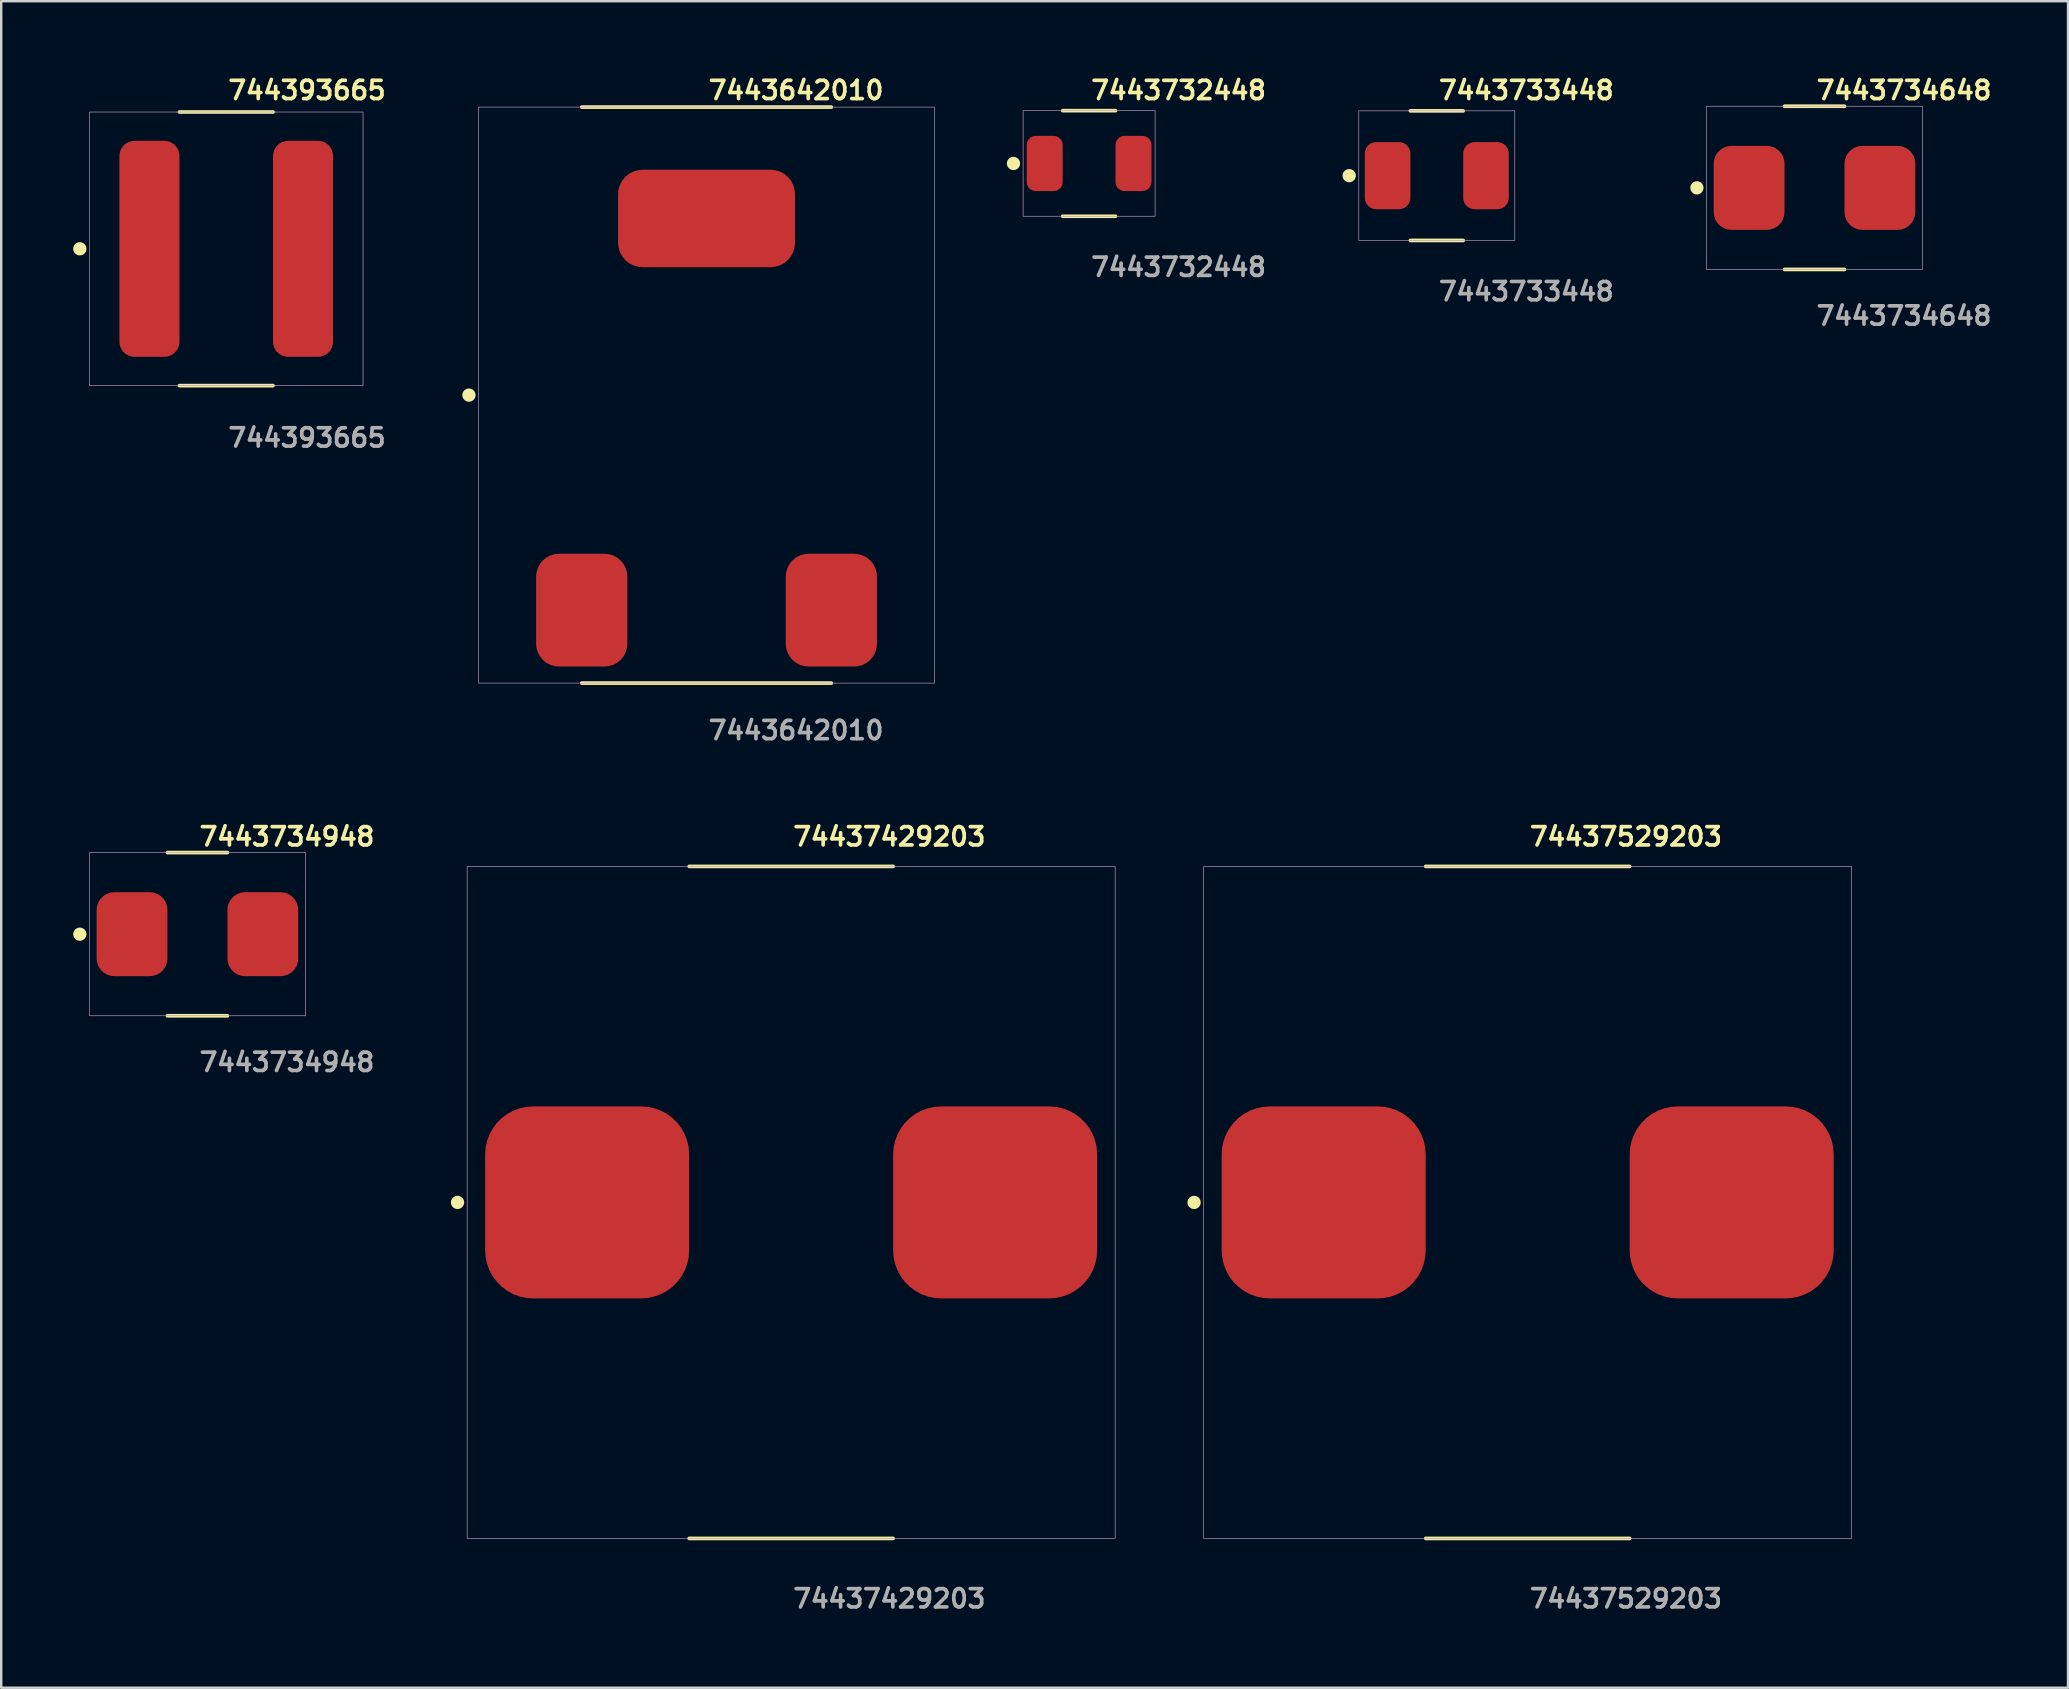
<source format=kicad_pcb>
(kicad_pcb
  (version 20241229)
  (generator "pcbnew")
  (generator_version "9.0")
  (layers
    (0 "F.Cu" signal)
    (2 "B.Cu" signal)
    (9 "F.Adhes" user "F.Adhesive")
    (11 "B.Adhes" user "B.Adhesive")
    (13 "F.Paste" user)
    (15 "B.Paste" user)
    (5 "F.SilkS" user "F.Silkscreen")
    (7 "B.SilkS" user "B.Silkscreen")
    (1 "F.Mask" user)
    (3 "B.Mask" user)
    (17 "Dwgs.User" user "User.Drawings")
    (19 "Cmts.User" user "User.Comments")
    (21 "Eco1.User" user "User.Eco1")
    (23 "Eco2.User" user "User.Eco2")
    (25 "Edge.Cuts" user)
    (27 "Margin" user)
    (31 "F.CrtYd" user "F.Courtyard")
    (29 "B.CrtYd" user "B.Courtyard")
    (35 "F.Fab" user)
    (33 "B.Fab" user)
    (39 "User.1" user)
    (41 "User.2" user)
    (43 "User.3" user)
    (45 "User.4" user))
  (footprint "744393665"
    (layer "F.Cu")
    (at 6.376 7.317)
    (property "Reference" "744393665" (at 0 -6.604 0) (unlocked yes) (layer "F.SilkS") (effects (font (size 0.762 0.762) (thickness 0.152)) (justify left)))
    (fp_line (start 1.95 -5.7) (end -1.95 -5.7) (stroke (width 0.152) (type solid)) (layer "F.SilkS"))
    (fp_line (start 1.95 5.7) (end -1.95 5.7) (stroke (width 0.152) (type solid)) (layer "F.SilkS"))
    (fp_circle (center -6.1 0) (end -6.3 0) (stroke (width 0.152) (type solid)) (fill yes) (layer "F.SilkS"))
    (fp_rect (start -5.7 -5.7) (end 5.7 5.7) (stroke (width 0.006) (type solid)) (fill no) (layer "F.CrtYd"))
    (fp_rect (start -5.7 -5.7) (end 5.7 5.7) (stroke (width 0.025) (type default)) (fill no) (layer "F.Fab"))
    (fp_text user "${REFERENCE}" (at 0 7.874 0) (unlocked yes) (layer "F.Fab") (effects (font (size 0.762 0.762) (thickness 0.152)) (justify left)))
    (pad "1" smd roundrect (at -3.2 0) (size 2.5 9) (layers "F.Cu" "F.Mask" "F.Paste") (roundrect_rratio 0.25))
    (pad "2" smd roundrect (at 3.2 0) (size 2.5 9) (layers "F.Cu" "F.Mask" "F.Paste") (roundrect_rratio 0.25)))
  (footprint "7443734948"
    (layer "F.Cu")
    (at 5.176 35.874)
    (property "Reference" "7443734948" (at 0 -4.064 0) (unlocked yes) (layer "F.SilkS") (effects (font (size 0.762 0.762) (thickness 0.152)) (justify left)))
    (fp_line (start 1.25 -3.4) (end -1.25 -3.4) (stroke (width 0.152) (type solid)) (layer "F.SilkS"))
    (fp_line (start 1.25 3.4) (end -1.25 3.4) (stroke (width 0.152) (type solid)) (layer "F.SilkS"))
    (fp_circle (center -4.9 0) (end -5.1 0) (stroke (width 0.152) (type solid)) (fill yes) (layer "F.SilkS"))
    (fp_rect (start -4.5 -3.4) (end 4.5 3.4) (stroke (width 0.006) (type solid)) (fill no) (layer "F.CrtYd"))
    (fp_rect (start -4.5 -3.4) (end 4.5 3.4) (stroke (width 0.025) (type default)) (fill no) (layer "F.Fab"))
    (fp_text user "${REFERENCE}" (at 0 5.334 0) (unlocked yes) (layer "F.Fab") (effects (font (size 0.762 0.762) (thickness 0.152)) (justify left)))
    (pad "1" smd roundrect (at -2.725 0) (size 2.95 3.5) (layers "F.Cu" "F.Mask" "F.Paste") (roundrect_rratio 0.25))
    (pad "2" smd roundrect (at 2.725 0) (size 2.95 3.5) (layers "F.Cu" "F.Mask" "F.Paste") (roundrect_rratio 0.25)))
  (footprint "74437529203"
    (layer "F.Cu")
    (at 60.603 47.05)
    (property "Reference" "74437529203" (at 0 -15.24 0) (unlocked yes) (layer "F.SilkS") (effects (font (size 0.762 0.762) (thickness 0.152)) (justify left)))
    (fp_line (start 4.25 -14) (end -4.25 -14) (stroke (width 0.152) (type solid)) (layer "F.SilkS"))
    (fp_line (start 4.25 14) (end -4.25 14) (stroke (width 0.152) (type solid)) (layer "F.SilkS"))
    (fp_circle (center -13.9 0) (end -14.1 0) (stroke (width 0.152) (type solid)) (fill yes) (layer "F.SilkS"))
    (fp_rect (start -13.5 -14) (end 13.5 14) (stroke (width 0.006) (type solid)) (fill no) (layer "F.CrtYd"))
    (fp_rect (start -13.5 -14) (end 13.5 14) (stroke (width 0.025) (type default)) (fill no) (layer "F.Fab"))
    (fp_text user "${REFERENCE}" (at 0 16.51 0) (unlocked yes) (layer "F.Fab") (effects (font (size 0.762 0.762) (thickness 0.152)) (justify left)))
    (pad "1" smd roundrect (at -8.5 0) (size 8.5 8) (layers "F.Cu" "F.Mask" "F.Paste") (roundrect_rratio 0.25))
    (pad "2" smd roundrect (at 8.5 0) (size 8.5 8) (layers "F.Cu" "F.Mask" "F.Paste") (roundrect_rratio 0.25)))
  (footprint "7443732448"
    (layer "F.Cu")
    (at 42.328 3.761)
    (property "Reference" "7443732448" (at 0 -3.048 0) (unlocked yes) (layer "F.SilkS") (effects (font (size 0.762 0.762) (thickness 0.152)) (justify left)))
    (fp_line (start 1.1 -2.2) (end -1.1 -2.2) (stroke (width 0.152) (type solid)) (layer "F.SilkS"))
    (fp_line (start 1.1 2.2) (end -1.1 2.2) (stroke (width 0.152) (type solid)) (layer "F.SilkS"))
    (fp_circle (center -3.15 0) (end -3.35 0) (stroke (width 0.152) (type solid)) (fill yes) (layer "F.SilkS"))
    (fp_rect (start -2.75 -2.2) (end 2.75 2.2) (stroke (width 0.006) (type solid)) (fill no) (layer "F.CrtYd"))
    (fp_rect (start -2.75 -2.2) (end 2.75 2.2) (stroke (width 0.025) (type default)) (fill no) (layer "F.Fab"))
    (fp_text user "${REFERENCE}" (at 0 4.318 0) (unlocked yes) (layer "F.Fab") (effects (font (size 0.762 0.762) (thickness 0.152)) (justify left)))
    (pad "1" smd roundrect (at -1.85 0) (size 1.5 2.3) (layers "F.Cu" "F.Mask" "F.Paste") (roundrect_rratio 0.25))
    (pad "2" smd roundrect (at 1.85 0) (size 1.5 2.3) (layers "F.Cu" "F.Mask" "F.Paste") (roundrect_rratio 0.25)))
  (footprint "74437429203"
    (layer "F.Cu")
    (at 29.914 47.05)
    (property "Reference" "74437429203" (at 0 -15.24 0) (unlocked yes) (layer "F.SilkS") (effects (font (size 0.762 0.762) (thickness 0.152)) (justify left)))
    (fp_line (start 4.25 -14) (end -4.25 -14) (stroke (width 0.152) (type solid)) (layer "F.SilkS"))
    (fp_line (start 4.25 14) (end -4.25 14) (stroke (width 0.152) (type solid)) (layer "F.SilkS"))
    (fp_circle (center -13.9 0) (end -14.1 0) (stroke (width 0.152) (type solid)) (fill yes) (layer "F.SilkS"))
    (fp_rect (start -13.5 -14) (end 13.5 14) (stroke (width 0.006) (type solid)) (fill no) (layer "F.CrtYd"))
    (fp_rect (start -13.5 -14) (end 13.5 14) (stroke (width 0.025) (type default)) (fill no) (layer "F.Fab"))
    (fp_text user "${REFERENCE}" (at 0 16.51 0) (unlocked yes) (layer "F.Fab") (effects (font (size 0.762 0.762) (thickness 0.152)) (justify left)))
    (pad "1" smd roundrect (at -8.5 0) (size 8.5 8) (layers "F.Cu" "F.Mask" "F.Paste") (roundrect_rratio 0.25))
    (pad "2" smd roundrect (at 8.5 0) (size 8.5 8) (layers "F.Cu" "F.Mask" "F.Paste") (roundrect_rratio 0.25)))
  (footprint "7443734648"
    (layer "F.Cu")
    (at 72.554 4.777)
    (property "Reference" "7443734648" (at 0 -4.064 0) (unlocked yes) (layer "F.SilkS") (effects (font (size 0.762 0.762) (thickness 0.152)) (justify left)))
    (fp_line (start 1.25 -3.4) (end -1.25 -3.4) (stroke (width 0.152) (type solid)) (layer "F.SilkS"))
    (fp_line (start 1.25 3.4) (end -1.25 3.4) (stroke (width 0.152) (type solid)) (layer "F.SilkS"))
    (fp_circle (center -4.9 0) (end -5.1 0) (stroke (width 0.152) (type solid)) (fill yes) (layer "F.SilkS"))
    (fp_rect (start -4.5 -3.4) (end 4.5 3.4) (stroke (width 0.006) (type solid)) (fill no) (layer "F.CrtYd"))
    (fp_rect (start -4.5 -3.4) (end 4.5 3.4) (stroke (width 0.025) (type default)) (fill no) (layer "F.Fab"))
    (fp_text user "${REFERENCE}" (at 0 5.334 0) (unlocked yes) (layer "F.Fab") (effects (font (size 0.762 0.762) (thickness 0.152)) (justify left)))
    (pad "1" smd roundrect (at -2.725 0) (size 2.95 3.5) (layers "F.Cu" "F.Mask" "F.Paste") (roundrect_rratio 0.25))
    (pad "2" smd roundrect (at 2.725 0) (size 2.95 3.5) (layers "F.Cu" "F.Mask" "F.Paste") (roundrect_rratio 0.25)))
  (footprint "7443733448"
    (layer "F.Cu")
    (at 56.816 4.269)
    (property "Reference" "7443733448" (at 0 -3.556 0) (unlocked yes) (layer "F.SilkS") (effects (font (size 0.762 0.762) (thickness 0.152)) (justify left)))
    (fp_line (start 1.1 -2.7) (end -1.1 -2.7) (stroke (width 0.152) (type solid)) (layer "F.SilkS"))
    (fp_line (start 1.1 2.7) (end -1.1 2.7) (stroke (width 0.152) (type solid)) (layer "F.SilkS"))
    (fp_circle (center -3.65 0) (end -3.85 0) (stroke (width 0.152) (type solid)) (fill yes) (layer "F.SilkS"))
    (fp_rect (start -3.25 -2.7) (end 3.25 2.7) (stroke (width 0.006) (type solid)) (fill no) (layer "F.CrtYd"))
    (fp_rect (start -3.25 -2.7) (end 3.25 2.7) (stroke (width 0.025) (type default)) (fill no) (layer "F.Fab"))
    (fp_text user "${REFERENCE}" (at 0 4.826 0) (unlocked yes) (layer "F.Fab") (effects (font (size 0.762 0.762) (thickness 0.152)) (justify left)))
    (pad "1" smd roundrect (at -2.05 0) (size 1.9 2.8) (layers "F.Cu" "F.Mask" "F.Paste") (roundrect_rratio 0.25))
    (pad "2" smd roundrect (at 2.05 0) (size 1.9 2.8) (layers "F.Cu" "F.Mask" "F.Paste") (roundrect_rratio 0.25)))
  (footprint "7443642010"
    (layer "F.Cu")
    (at 26.389 13.413)
    (property "Reference" "7443642010" (at 0 -12.7 0) (unlocked yes) (layer "F.SilkS") (effects (font (size 0.762 0.762) (thickness 0.152)) (justify left)))
    (fp_line (start 5.2 -12) (end -5.2 -12) (stroke (width 0.152) (type solid)) (layer "F.SilkS"))
    (fp_line (start 5.2 12) (end -5.2 12) (stroke (width 0.152) (type solid)) (layer "F.SilkS"))
    (fp_circle (center -9.9 0) (end -10.1 0) (stroke (width 0.152) (type solid)) (fill yes) (layer "F.SilkS"))
    (fp_rect (start -9.5 -12) (end 9.5 12) (stroke (width 0.006) (type solid)) (fill no) (layer "F.CrtYd"))
    (fp_rect (start -9.5 -12) (end 9.5 12) (stroke (width 0.025) (type default)) (fill no) (layer "F.Fab"))
    (fp_text user "${REFERENCE}" (at 0 13.97 0) (unlocked yes) (layer "F.Fab") (effects (font (size 0.762 0.762) (thickness 0.152)) (justify left)))
    (pad "1" smd roundrect (at -5.2 8.96) (size 3.8 4.7) (layers "F.Cu" "F.Mask" "F.Paste") (roundrect_rratio 0.25))
    (pad "2" smd roundrect (at 5.2 8.96) (size 3.8 4.7) (layers "F.Cu" "F.Mask" "F.Paste") (roundrect_rratio 0.25))
    (pad "3" smd roundrect (at 0 -7.36) (size 7.37 4.06) (layers "F.Cu" "F.Mask" "F.Paste") (roundrect_rratio 0.25)))
  (gr_rect
    (start -3 -3)
    (end 83.116 67.273)
    (stroke (width 0.1) (type default))
    (fill no)
    (layer "Edge.Cuts")))
</source>
